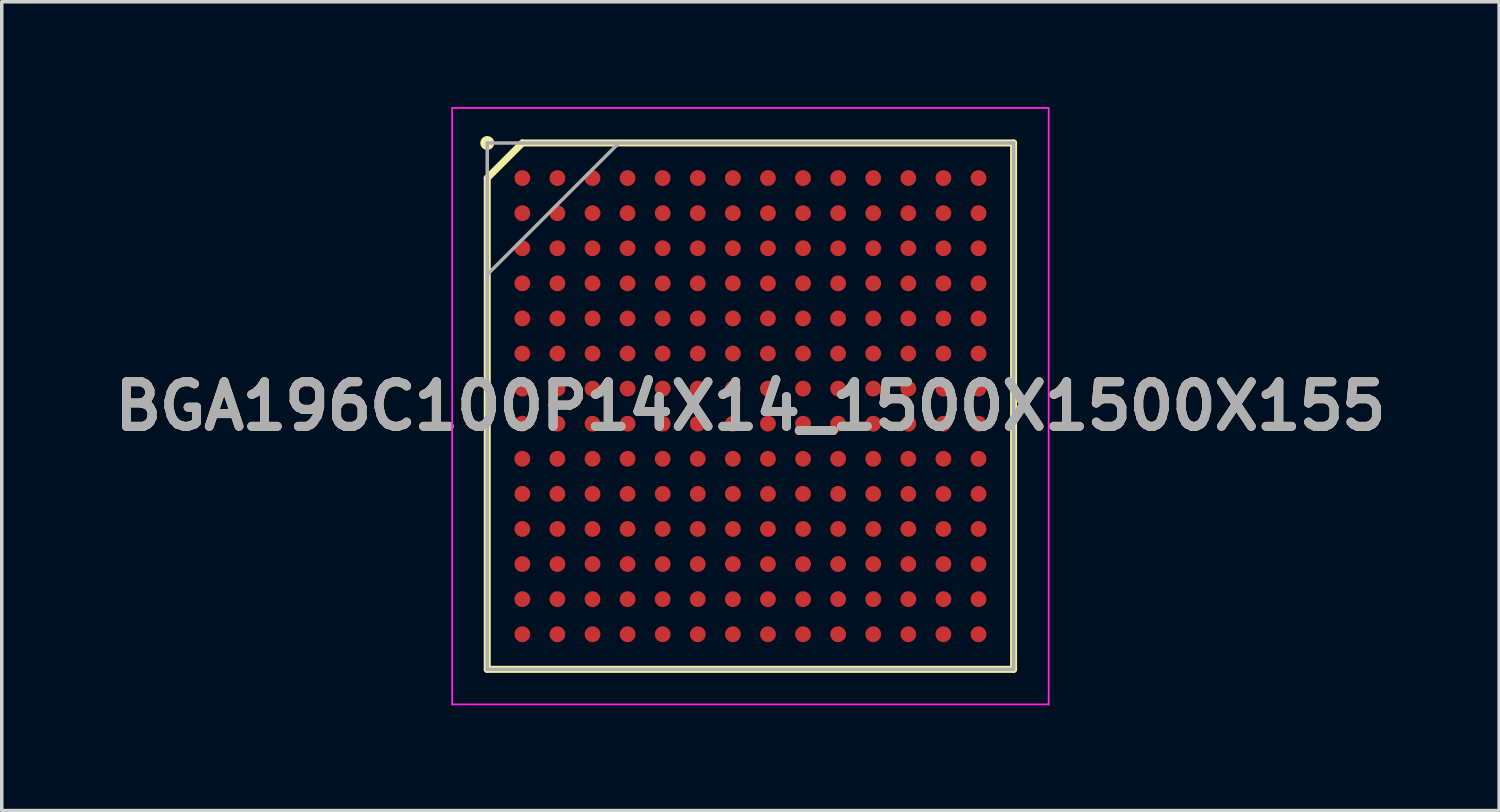
<source format=kicad_pcb>
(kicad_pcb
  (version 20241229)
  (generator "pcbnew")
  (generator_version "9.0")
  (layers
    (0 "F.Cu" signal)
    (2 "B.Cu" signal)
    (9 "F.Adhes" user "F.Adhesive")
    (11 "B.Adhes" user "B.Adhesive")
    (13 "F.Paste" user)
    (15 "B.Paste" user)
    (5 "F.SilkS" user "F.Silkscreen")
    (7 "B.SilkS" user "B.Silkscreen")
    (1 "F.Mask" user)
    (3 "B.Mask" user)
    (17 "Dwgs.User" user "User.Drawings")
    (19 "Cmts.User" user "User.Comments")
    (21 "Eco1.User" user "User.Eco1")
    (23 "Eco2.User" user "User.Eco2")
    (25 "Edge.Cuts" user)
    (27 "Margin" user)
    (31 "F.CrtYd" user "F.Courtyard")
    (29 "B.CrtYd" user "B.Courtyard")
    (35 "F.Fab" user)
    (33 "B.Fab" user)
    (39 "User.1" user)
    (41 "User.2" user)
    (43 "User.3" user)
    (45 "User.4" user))
  (footprint "BGA196C100P14X14_1500X1500X155"
    (layer "F.Cu")
    (at 18.336 8.525)
    (property "Reference" "BGA196C100P14X14_1500X1500X155" (at 0 0 0) (layer "F.SilkS") (effects (font (size 1.27 1.27) (thickness 0.254))))
    (attr smd)
    (fp_line (start -7.5 -6.5) (end -6.5 -7.5) (stroke (width 0.2) (type solid)) (layer "F.SilkS"))
    (fp_line (start -7.5 7.5) (end -7.5 -6.5) (stroke (width 0.2) (type solid)) (layer "F.SilkS"))
    (fp_line (start -6.5 -7.5) (end 7.5 -7.5) (stroke (width 0.2) (type solid)) (layer "F.SilkS"))
    (fp_line (start 7.5 -7.5) (end 7.5 7.5) (stroke (width 0.2) (type solid)) (layer "F.SilkS"))
    (fp_line (start 7.5 7.5) (end -7.5 7.5) (stroke (width 0.2) (type solid)) (layer "F.SilkS"))
    (fp_circle (center -7.5 -7.5) (end -7.5 -7.4) (stroke (width 0.2) (type solid)) (fill no) (layer "F.SilkS"))
    (fp_line (start -8.5 -8.5) (end 8.5 -8.5) (stroke (width 0.05) (type solid)) (layer "F.CrtYd"))
    (fp_line (start -8.5 8.5) (end -8.5 -8.5) (stroke (width 0.05) (type solid)) (layer "F.CrtYd"))
    (fp_line (start 8.5 -8.5) (end 8.5 8.5) (stroke (width 0.05) (type solid)) (layer "F.CrtYd"))
    (fp_line (start 8.5 8.5) (end -8.5 8.5) (stroke (width 0.05) (type solid)) (layer "F.CrtYd"))
    (fp_line (start -7.5 -7.5) (end 7.5 -7.5) (stroke (width 0.1) (type solid)) (layer "F.Fab"))
    (fp_line (start -7.5 -3.75) (end -3.75 -7.5) (stroke (width 0.1) (type solid)) (layer "F.Fab"))
    (fp_line (start -7.5 7.5) (end -7.5 -7.5) (stroke (width 0.1) (type solid)) (layer "F.Fab"))
    (fp_line (start 7.5 -7.5) (end 7.5 7.5) (stroke (width 0.1) (type solid)) (layer "F.Fab"))
    (fp_line (start 7.5 7.5) (end -7.5 7.5) (stroke (width 0.1) (type solid)) (layer "F.Fab"))
    (fp_text user "${REFERENCE}" (at 0 0 0) (layer "F.Fab") (effects (font (size 1.27 1.27) (thickness 0.254))))
    (pad "A1" smd circle (at -6.5 -6.5 90) (size 0.45 0.45) (layers "F.Cu" "F.Mask" "F.Paste"))
    (pad "A2" smd circle (at -5.5 -6.5 90) (size 0.45 0.45) (layers "F.Cu" "F.Mask" "F.Paste"))
    (pad "A3" smd circle (at -4.5 -6.5 90) (size 0.45 0.45) (layers "F.Cu" "F.Mask" "F.Paste"))
    (pad "A4" smd circle (at -3.5 -6.5 90) (size 0.45 0.45) (layers "F.Cu" "F.Mask" "F.Paste"))
    (pad "A5" smd circle (at -2.5 -6.5 90) (size 0.45 0.45) (layers "F.Cu" "F.Mask" "F.Paste"))
    (pad "A6" smd circle (at -1.5 -6.5 90) (size 0.45 0.45) (layers "F.Cu" "F.Mask" "F.Paste"))
    (pad "A7" smd circle (at -0.5 -6.5 90) (size 0.45 0.45) (layers "F.Cu" "F.Mask" "F.Paste"))
    (pad "A8" smd circle (at 0.5 -6.5 90) (size 0.45 0.45) (layers "F.Cu" "F.Mask" "F.Paste"))
    (pad "A9" smd circle (at 1.5 -6.5 90) (size 0.45 0.45) (layers "F.Cu" "F.Mask" "F.Paste"))
    (pad "A10" smd circle (at 2.5 -6.5 90) (size 0.45 0.45) (layers "F.Cu" "F.Mask" "F.Paste"))
    (pad "A11" smd circle (at 3.5 -6.5 90) (size 0.45 0.45) (layers "F.Cu" "F.Mask" "F.Paste"))
    (pad "A12" smd circle (at 4.5 -6.5 90) (size 0.45 0.45) (layers "F.Cu" "F.Mask" "F.Paste"))
    (pad "A13" smd circle (at 5.5 -6.5 90) (size 0.45 0.45) (layers "F.Cu" "F.Mask" "F.Paste"))
    (pad "A14" smd circle (at 6.5 -6.5 90) (size 0.45 0.45) (layers "F.Cu" "F.Mask" "F.Paste"))
    (pad "B1" smd circle (at -6.5 -5.5 90) (size 0.45 0.45) (layers "F.Cu" "F.Mask" "F.Paste"))
    (pad "B2" smd circle (at -5.5 -5.5 90) (size 0.45 0.45) (layers "F.Cu" "F.Mask" "F.Paste"))
    (pad "B3" smd circle (at -4.5 -5.5 90) (size 0.45 0.45) (layers "F.Cu" "F.Mask" "F.Paste"))
    (pad "B4" smd circle (at -3.5 -5.5 90) (size 0.45 0.45) (layers "F.Cu" "F.Mask" "F.Paste"))
    (pad "B5" smd circle (at -2.5 -5.5 90) (size 0.45 0.45) (layers "F.Cu" "F.Mask" "F.Paste"))
    (pad "B6" smd circle (at -1.5 -5.5 90) (size 0.45 0.45) (layers "F.Cu" "F.Mask" "F.Paste"))
    (pad "B7" smd circle (at -0.5 -5.5 90) (size 0.45 0.45) (layers "F.Cu" "F.Mask" "F.Paste"))
    (pad "B8" smd circle (at 0.5 -5.5 90) (size 0.45 0.45) (layers "F.Cu" "F.Mask" "F.Paste"))
    (pad "B9" smd circle (at 1.5 -5.5 90) (size 0.45 0.45) (layers "F.Cu" "F.Mask" "F.Paste"))
    (pad "B10" smd circle (at 2.5 -5.5 90) (size 0.45 0.45) (layers "F.Cu" "F.Mask" "F.Paste"))
    (pad "B11" smd circle (at 3.5 -5.5 90) (size 0.45 0.45) (layers "F.Cu" "F.Mask" "F.Paste"))
    (pad "B12" smd circle (at 4.5 -5.5 90) (size 0.45 0.45) (layers "F.Cu" "F.Mask" "F.Paste"))
    (pad "B13" smd circle (at 5.5 -5.5 90) (size 0.45 0.45) (layers "F.Cu" "F.Mask" "F.Paste"))
    (pad "B14" smd circle (at 6.5 -5.5 90) (size 0.45 0.45) (layers "F.Cu" "F.Mask" "F.Paste"))
    (pad "C1" smd circle (at -6.5 -4.5 90) (size 0.45 0.45) (layers "F.Cu" "F.Mask" "F.Paste"))
    (pad "C2" smd circle (at -5.5 -4.5 90) (size 0.45 0.45) (layers "F.Cu" "F.Mask" "F.Paste"))
    (pad "C3" smd circle (at -4.5 -4.5 90) (size 0.45 0.45) (layers "F.Cu" "F.Mask" "F.Paste"))
    (pad "C4" smd circle (at -3.5 -4.5 90) (size 0.45 0.45) (layers "F.Cu" "F.Mask" "F.Paste"))
    (pad "C5" smd circle (at -2.5 -4.5 90) (size 0.45 0.45) (layers "F.Cu" "F.Mask" "F.Paste"))
    (pad "C6" smd circle (at -1.5 -4.5 90) (size 0.45 0.45) (layers "F.Cu" "F.Mask" "F.Paste"))
    (pad "C7" smd circle (at -0.5 -4.5 90) (size 0.45 0.45) (layers "F.Cu" "F.Mask" "F.Paste"))
    (pad "C8" smd circle (at 0.5 -4.5 90) (size 0.45 0.45) (layers "F.Cu" "F.Mask" "F.Paste"))
    (pad "C9" smd circle (at 1.5 -4.5 90) (size 0.45 0.45) (layers "F.Cu" "F.Mask" "F.Paste"))
    (pad "C10" smd circle (at 2.5 -4.5 90) (size 0.45 0.45) (layers "F.Cu" "F.Mask" "F.Paste"))
    (pad "C11" smd circle (at 3.5 -4.5 90) (size 0.45 0.45) (layers "F.Cu" "F.Mask" "F.Paste"))
    (pad "C12" smd circle (at 4.5 -4.5 90) (size 0.45 0.45) (layers "F.Cu" "F.Mask" "F.Paste"))
    (pad "C13" smd circle (at 5.5 -4.5 90) (size 0.45 0.45) (layers "F.Cu" "F.Mask" "F.Paste"))
    (pad "C14" smd circle (at 6.5 -4.5 90) (size 0.45 0.45) (layers "F.Cu" "F.Mask" "F.Paste"))
    (pad "D1" smd circle (at -6.5 -3.5 90) (size 0.45 0.45) (layers "F.Cu" "F.Mask" "F.Paste"))
    (pad "D2" smd circle (at -5.5 -3.5 90) (size 0.45 0.45) (layers "F.Cu" "F.Mask" "F.Paste"))
    (pad "D3" smd circle (at -4.5 -3.5 90) (size 0.45 0.45) (layers "F.Cu" "F.Mask" "F.Paste"))
    (pad "D4" smd circle (at -3.5 -3.5 90) (size 0.45 0.45) (layers "F.Cu" "F.Mask" "F.Paste"))
    (pad "D5" smd circle (at -2.5 -3.5 90) (size 0.45 0.45) (layers "F.Cu" "F.Mask" "F.Paste"))
    (pad "D6" smd circle (at -1.5 -3.5 90) (size 0.45 0.45) (layers "F.Cu" "F.Mask" "F.Paste"))
    (pad "D7" smd circle (at -0.5 -3.5 90) (size 0.45 0.45) (layers "F.Cu" "F.Mask" "F.Paste"))
    (pad "D8" smd circle (at 0.5 -3.5 90) (size 0.45 0.45) (layers "F.Cu" "F.Mask" "F.Paste"))
    (pad "D9" smd circle (at 1.5 -3.5 90) (size 0.45 0.45) (layers "F.Cu" "F.Mask" "F.Paste"))
    (pad "D10" smd circle (at 2.5 -3.5 90) (size 0.45 0.45) (layers "F.Cu" "F.Mask" "F.Paste"))
    (pad "D11" smd circle (at 3.5 -3.5 90) (size 0.45 0.45) (layers "F.Cu" "F.Mask" "F.Paste"))
    (pad "D12" smd circle (at 4.5 -3.5 90) (size 0.45 0.45) (layers "F.Cu" "F.Mask" "F.Paste"))
    (pad "D13" smd circle (at 5.5 -3.5 90) (size 0.45 0.45) (layers "F.Cu" "F.Mask" "F.Paste"))
    (pad "D14" smd circle (at 6.5 -3.5 90) (size 0.45 0.45) (layers "F.Cu" "F.Mask" "F.Paste"))
    (pad "E1" smd circle (at -6.5 -2.5 90) (size 0.45 0.45) (layers "F.Cu" "F.Mask" "F.Paste"))
    (pad "E2" smd circle (at -5.5 -2.5 90) (size 0.45 0.45) (layers "F.Cu" "F.Mask" "F.Paste"))
    (pad "E3" smd circle (at -4.5 -2.5 90) (size 0.45 0.45) (layers "F.Cu" "F.Mask" "F.Paste"))
    (pad "E4" smd circle (at -3.5 -2.5 90) (size 0.45 0.45) (layers "F.Cu" "F.Mask" "F.Paste"))
    (pad "E5" smd circle (at -2.5 -2.5 90) (size 0.45 0.45) (layers "F.Cu" "F.Mask" "F.Paste"))
    (pad "E6" smd circle (at -1.5 -2.5 90) (size 0.45 0.45) (layers "F.Cu" "F.Mask" "F.Paste"))
    (pad "E7" smd circle (at -0.5 -2.5 90) (size 0.45 0.45) (layers "F.Cu" "F.Mask" "F.Paste"))
    (pad "E8" smd circle (at 0.5 -2.5 90) (size 0.45 0.45) (layers "F.Cu" "F.Mask" "F.Paste"))
    (pad "E9" smd circle (at 1.5 -2.5 90) (size 0.45 0.45) (layers "F.Cu" "F.Mask" "F.Paste"))
    (pad "E10" smd circle (at 2.5 -2.5 90) (size 0.45 0.45) (layers "F.Cu" "F.Mask" "F.Paste"))
    (pad "E11" smd circle (at 3.5 -2.5 90) (size 0.45 0.45) (layers "F.Cu" "F.Mask" "F.Paste"))
    (pad "E12" smd circle (at 4.5 -2.5 90) (size 0.45 0.45) (layers "F.Cu" "F.Mask" "F.Paste"))
    (pad "E13" smd circle (at 5.5 -2.5 90) (size 0.45 0.45) (layers "F.Cu" "F.Mask" "F.Paste"))
    (pad "E14" smd circle (at 6.5 -2.5 90) (size 0.45 0.45) (layers "F.Cu" "F.Mask" "F.Paste"))
    (pad "F1" smd circle (at -6.5 -1.5 90) (size 0.45 0.45) (layers "F.Cu" "F.Mask" "F.Paste"))
    (pad "F2" smd circle (at -5.5 -1.5 90) (size 0.45 0.45) (layers "F.Cu" "F.Mask" "F.Paste"))
    (pad "F3" smd circle (at -4.5 -1.5 90) (size 0.45 0.45) (layers "F.Cu" "F.Mask" "F.Paste"))
    (pad "F4" smd circle (at -3.5 -1.5 90) (size 0.45 0.45) (layers "F.Cu" "F.Mask" "F.Paste"))
    (pad "F5" smd circle (at -2.5 -1.5 90) (size 0.45 0.45) (layers "F.Cu" "F.Mask" "F.Paste"))
    (pad "F6" smd circle (at -1.5 -1.5 90) (size 0.45 0.45) (layers "F.Cu" "F.Mask" "F.Paste"))
    (pad "F7" smd circle (at -0.5 -1.5 90) (size 0.45 0.45) (layers "F.Cu" "F.Mask" "F.Paste"))
    (pad "F8" smd circle (at 0.5 -1.5 90) (size 0.45 0.45) (layers "F.Cu" "F.Mask" "F.Paste"))
    (pad "F9" smd circle (at 1.5 -1.5 90) (size 0.45 0.45) (layers "F.Cu" "F.Mask" "F.Paste"))
    (pad "F10" smd circle (at 2.5 -1.5 90) (size 0.45 0.45) (layers "F.Cu" "F.Mask" "F.Paste"))
    (pad "F11" smd circle (at 3.5 -1.5 90) (size 0.45 0.45) (layers "F.Cu" "F.Mask" "F.Paste"))
    (pad "F12" smd circle (at 4.5 -1.5 90) (size 0.45 0.45) (layers "F.Cu" "F.Mask" "F.Paste"))
    (pad "F13" smd circle (at 5.5 -1.5 90) (size 0.45 0.45) (layers "F.Cu" "F.Mask" "F.Paste"))
    (pad "F14" smd circle (at 6.5 -1.5 90) (size 0.45 0.45) (layers "F.Cu" "F.Mask" "F.Paste"))
    (pad "G1" smd circle (at -6.5 -0.5 90) (size 0.45 0.45) (layers "F.Cu" "F.Mask" "F.Paste"))
    (pad "G2" smd circle (at -5.5 -0.5 90) (size 0.45 0.45) (layers "F.Cu" "F.Mask" "F.Paste"))
    (pad "G3" smd circle (at -4.5 -0.5 90) (size 0.45 0.45) (layers "F.Cu" "F.Mask" "F.Paste"))
    (pad "G4" smd circle (at -3.5 -0.5 90) (size 0.45 0.45) (layers "F.Cu" "F.Mask" "F.Paste"))
    (pad "G5" smd circle (at -2.5 -0.5 90) (size 0.45 0.45) (layers "F.Cu" "F.Mask" "F.Paste"))
    (pad "G6" smd circle (at -1.5 -0.5 90) (size 0.45 0.45) (layers "F.Cu" "F.Mask" "F.Paste"))
    (pad "G7" smd circle (at -0.5 -0.5 90) (size 0.45 0.45) (layers "F.Cu" "F.Mask" "F.Paste"))
    (pad "G8" smd circle (at 0.5 -0.5 90) (size 0.45 0.45) (layers "F.Cu" "F.Mask" "F.Paste"))
    (pad "G9" smd circle (at 1.5 -0.5 90) (size 0.45 0.45) (layers "F.Cu" "F.Mask" "F.Paste"))
    (pad "G10" smd circle (at 2.5 -0.5 90) (size 0.45 0.45) (layers "F.Cu" "F.Mask" "F.Paste"))
    (pad "G11" smd circle (at 3.5 -0.5 90) (size 0.45 0.45) (layers "F.Cu" "F.Mask" "F.Paste"))
    (pad "G12" smd circle (at 4.5 -0.5 90) (size 0.45 0.45) (layers "F.Cu" "F.Mask" "F.Paste"))
    (pad "G13" smd circle (at 5.5 -0.5 90) (size 0.45 0.45) (layers "F.Cu" "F.Mask" "F.Paste"))
    (pad "G14" smd circle (at 6.5 -0.5 90) (size 0.45 0.45) (layers "F.Cu" "F.Mask" "F.Paste"))
    (pad "H1" smd circle (at -6.5 0.5 90) (size 0.45 0.45) (layers "F.Cu" "F.Mask" "F.Paste"))
    (pad "H2" smd circle (at -5.5 0.5 90) (size 0.45 0.45) (layers "F.Cu" "F.Mask" "F.Paste"))
    (pad "H3" smd circle (at -4.5 0.5 90) (size 0.45 0.45) (layers "F.Cu" "F.Mask" "F.Paste"))
    (pad "H4" smd circle (at -3.5 0.5 90) (size 0.45 0.45) (layers "F.Cu" "F.Mask" "F.Paste"))
    (pad "H5" smd circle (at -2.5 0.5 90) (size 0.45 0.45) (layers "F.Cu" "F.Mask" "F.Paste"))
    (pad "H6" smd circle (at -1.5 0.5 90) (size 0.45 0.45) (layers "F.Cu" "F.Mask" "F.Paste"))
    (pad "H7" smd circle (at -0.5 0.5 90) (size 0.45 0.45) (layers "F.Cu" "F.Mask" "F.Paste"))
    (pad "H8" smd circle (at 0.5 0.5 90) (size 0.45 0.45) (layers "F.Cu" "F.Mask" "F.Paste"))
    (pad "H9" smd circle (at 1.5 0.5 90) (size 0.45 0.45) (layers "F.Cu" "F.Mask" "F.Paste"))
    (pad "H10" smd circle (at 2.5 0.5 90) (size 0.45 0.45) (layers "F.Cu" "F.Mask" "F.Paste"))
    (pad "H11" smd circle (at 3.5 0.5 90) (size 0.45 0.45) (layers "F.Cu" "F.Mask" "F.Paste"))
    (pad "H12" smd circle (at 4.5 0.5 90) (size 0.45 0.45) (layers "F.Cu" "F.Mask" "F.Paste"))
    (pad "H13" smd circle (at 5.5 0.5 90) (size 0.45 0.45) (layers "F.Cu" "F.Mask" "F.Paste"))
    (pad "H14" smd circle (at 6.5 0.5 90) (size 0.45 0.45) (layers "F.Cu" "F.Mask" "F.Paste"))
    (pad "J1" smd circle (at -6.5 1.5 90) (size 0.45 0.45) (layers "F.Cu" "F.Mask" "F.Paste"))
    (pad "J2" smd circle (at -5.5 1.5 90) (size 0.45 0.45) (layers "F.Cu" "F.Mask" "F.Paste"))
    (pad "J3" smd circle (at -4.5 1.5 90) (size 0.45 0.45) (layers "F.Cu" "F.Mask" "F.Paste"))
    (pad "J4" smd circle (at -3.5 1.5 90) (size 0.45 0.45) (layers "F.Cu" "F.Mask" "F.Paste"))
    (pad "J5" smd circle (at -2.5 1.5 90) (size 0.45 0.45) (layers "F.Cu" "F.Mask" "F.Paste"))
    (pad "J6" smd circle (at -1.5 1.5 90) (size 0.45 0.45) (layers "F.Cu" "F.Mask" "F.Paste"))
    (pad "J7" smd circle (at -0.5 1.5 90) (size 0.45 0.45) (layers "F.Cu" "F.Mask" "F.Paste"))
    (pad "J8" smd circle (at 0.5 1.5 90) (size 0.45 0.45) (layers "F.Cu" "F.Mask" "F.Paste"))
    (pad "J9" smd circle (at 1.5 1.5 90) (size 0.45 0.45) (layers "F.Cu" "F.Mask" "F.Paste"))
    (pad "J10" smd circle (at 2.5 1.5 90) (size 0.45 0.45) (layers "F.Cu" "F.Mask" "F.Paste"))
    (pad "J11" smd circle (at 3.5 1.5 90) (size 0.45 0.45) (layers "F.Cu" "F.Mask" "F.Paste"))
    (pad "J12" smd circle (at 4.5 1.5 90) (size 0.45 0.45) (layers "F.Cu" "F.Mask" "F.Paste"))
    (pad "J13" smd circle (at 5.5 1.5 90) (size 0.45 0.45) (layers "F.Cu" "F.Mask" "F.Paste"))
    (pad "J14" smd circle (at 6.5 1.5 90) (size 0.45 0.45) (layers "F.Cu" "F.Mask" "F.Paste"))
    (pad "K1" smd circle (at -6.5 2.5 90) (size 0.45 0.45) (layers "F.Cu" "F.Mask" "F.Paste"))
    (pad "K2" smd circle (at -5.5 2.5 90) (size 0.45 0.45) (layers "F.Cu" "F.Mask" "F.Paste"))
    (pad "K3" smd circle (at -4.5 2.5 90) (size 0.45 0.45) (layers "F.Cu" "F.Mask" "F.Paste"))
    (pad "K4" smd circle (at -3.5 2.5 90) (size 0.45 0.45) (layers "F.Cu" "F.Mask" "F.Paste"))
    (pad "K5" smd circle (at -2.5 2.5 90) (size 0.45 0.45) (layers "F.Cu" "F.Mask" "F.Paste"))
    (pad "K6" smd circle (at -1.5 2.5 90) (size 0.45 0.45) (layers "F.Cu" "F.Mask" "F.Paste"))
    (pad "K7" smd circle (at -0.5 2.5 90) (size 0.45 0.45) (layers "F.Cu" "F.Mask" "F.Paste"))
    (pad "K8" smd circle (at 0.5 2.5 90) (size 0.45 0.45) (layers "F.Cu" "F.Mask" "F.Paste"))
    (pad "K9" smd circle (at 1.5 2.5 90) (size 0.45 0.45) (layers "F.Cu" "F.Mask" "F.Paste"))
    (pad "K10" smd circle (at 2.5 2.5 90) (size 0.45 0.45) (layers "F.Cu" "F.Mask" "F.Paste"))
    (pad "K11" smd circle (at 3.5 2.5 90) (size 0.45 0.45) (layers "F.Cu" "F.Mask" "F.Paste"))
    (pad "K12" smd circle (at 4.5 2.5 90) (size 0.45 0.45) (layers "F.Cu" "F.Mask" "F.Paste"))
    (pad "K13" smd circle (at 5.5 2.5 90) (size 0.45 0.45) (layers "F.Cu" "F.Mask" "F.Paste"))
    (pad "K14" smd circle (at 6.5 2.5 90) (size 0.45 0.45) (layers "F.Cu" "F.Mask" "F.Paste"))
    (pad "L1" smd circle (at -6.5 3.5 90) (size 0.45 0.45) (layers "F.Cu" "F.Mask" "F.Paste"))
    (pad "L2" smd circle (at -5.5 3.5 90) (size 0.45 0.45) (layers "F.Cu" "F.Mask" "F.Paste"))
    (pad "L3" smd circle (at -4.5 3.5 90) (size 0.45 0.45) (layers "F.Cu" "F.Mask" "F.Paste"))
    (pad "L4" smd circle (at -3.5 3.5 90) (size 0.45 0.45) (layers "F.Cu" "F.Mask" "F.Paste"))
    (pad "L5" smd circle (at -2.5 3.5 90) (size 0.45 0.45) (layers "F.Cu" "F.Mask" "F.Paste"))
    (pad "L6" smd circle (at -1.5 3.5 90) (size 0.45 0.45) (layers "F.Cu" "F.Mask" "F.Paste"))
    (pad "L7" smd circle (at -0.5 3.5 90) (size 0.45 0.45) (layers "F.Cu" "F.Mask" "F.Paste"))
    (pad "L8" smd circle (at 0.5 3.5 90) (size 0.45 0.45) (layers "F.Cu" "F.Mask" "F.Paste"))
    (pad "L9" smd circle (at 1.5 3.5 90) (size 0.45 0.45) (layers "F.Cu" "F.Mask" "F.Paste"))
    (pad "L10" smd circle (at 2.5 3.5 90) (size 0.45 0.45) (layers "F.Cu" "F.Mask" "F.Paste"))
    (pad "L11" smd circle (at 3.5 3.5 90) (size 0.45 0.45) (layers "F.Cu" "F.Mask" "F.Paste"))
    (pad "L12" smd circle (at 4.5 3.5 90) (size 0.45 0.45) (layers "F.Cu" "F.Mask" "F.Paste"))
    (pad "L13" smd circle (at 5.5 3.5 90) (size 0.45 0.45) (layers "F.Cu" "F.Mask" "F.Paste"))
    (pad "L14" smd circle (at 6.5 3.5 90) (size 0.45 0.45) (layers "F.Cu" "F.Mask" "F.Paste"))
    (pad "M1" smd circle (at -6.5 4.5 90) (size 0.45 0.45) (layers "F.Cu" "F.Mask" "F.Paste"))
    (pad "M2" smd circle (at -5.5 4.5 90) (size 0.45 0.45) (layers "F.Cu" "F.Mask" "F.Paste"))
    (pad "M3" smd circle (at -4.5 4.5 90) (size 0.45 0.45) (layers "F.Cu" "F.Mask" "F.Paste"))
    (pad "M4" smd circle (at -3.5 4.5 90) (size 0.45 0.45) (layers "F.Cu" "F.Mask" "F.Paste"))
    (pad "M5" smd circle (at -2.5 4.5 90) (size 0.45 0.45) (layers "F.Cu" "F.Mask" "F.Paste"))
    (pad "M6" smd circle (at -1.5 4.5 90) (size 0.45 0.45) (layers "F.Cu" "F.Mask" "F.Paste"))
    (pad "M7" smd circle (at -0.5 4.5 90) (size 0.45 0.45) (layers "F.Cu" "F.Mask" "F.Paste"))
    (pad "M8" smd circle (at 0.5 4.5 90) (size 0.45 0.45) (layers "F.Cu" "F.Mask" "F.Paste"))
    (pad "M9" smd circle (at 1.5 4.5 90) (size 0.45 0.45) (layers "F.Cu" "F.Mask" "F.Paste"))
    (pad "M10" smd circle (at 2.5 4.5 90) (size 0.45 0.45) (layers "F.Cu" "F.Mask" "F.Paste"))
    (pad "M11" smd circle (at 3.5 4.5 90) (size 0.45 0.45) (layers "F.Cu" "F.Mask" "F.Paste"))
    (pad "M12" smd circle (at 4.5 4.5 90) (size 0.45 0.45) (layers "F.Cu" "F.Mask" "F.Paste"))
    (pad "M13" smd circle (at 5.5 4.5 90) (size 0.45 0.45) (layers "F.Cu" "F.Mask" "F.Paste"))
    (pad "M14" smd circle (at 6.5 4.5 90) (size 0.45 0.45) (layers "F.Cu" "F.Mask" "F.Paste"))
    (pad "N1" smd circle (at -6.5 5.5 90) (size 0.45 0.45) (layers "F.Cu" "F.Mask" "F.Paste"))
    (pad "N2" smd circle (at -5.5 5.5 90) (size 0.45 0.45) (layers "F.Cu" "F.Mask" "F.Paste"))
    (pad "N3" smd circle (at -4.5 5.5 90) (size 0.45 0.45) (layers "F.Cu" "F.Mask" "F.Paste"))
    (pad "N4" smd circle (at -3.5 5.5 90) (size 0.45 0.45) (layers "F.Cu" "F.Mask" "F.Paste"))
    (pad "N5" smd circle (at -2.5 5.5 90) (size 0.45 0.45) (layers "F.Cu" "F.Mask" "F.Paste"))
    (pad "N6" smd circle (at -1.5 5.5 90) (size 0.45 0.45) (layers "F.Cu" "F.Mask" "F.Paste"))
    (pad "N7" smd circle (at -0.5 5.5 90) (size 0.45 0.45) (layers "F.Cu" "F.Mask" "F.Paste"))
    (pad "N8" smd circle (at 0.5 5.5 90) (size 0.45 0.45) (layers "F.Cu" "F.Mask" "F.Paste"))
    (pad "N9" smd circle (at 1.5 5.5 90) (size 0.45 0.45) (layers "F.Cu" "F.Mask" "F.Paste"))
    (pad "N10" smd circle (at 2.5 5.5 90) (size 0.45 0.45) (layers "F.Cu" "F.Mask" "F.Paste"))
    (pad "N11" smd circle (at 3.5 5.5 90) (size 0.45 0.45) (layers "F.Cu" "F.Mask" "F.Paste"))
    (pad "N12" smd circle (at 4.5 5.5 90) (size 0.45 0.45) (layers "F.Cu" "F.Mask" "F.Paste"))
    (pad "N13" smd circle (at 5.5 5.5 90) (size 0.45 0.45) (layers "F.Cu" "F.Mask" "F.Paste"))
    (pad "N14" smd circle (at 6.5 5.5 90) (size 0.45 0.45) (layers "F.Cu" "F.Mask" "F.Paste"))
    (pad "P1" smd circle (at -6.5 6.5 90) (size 0.45 0.45) (layers "F.Cu" "F.Mask" "F.Paste"))
    (pad "P2" smd circle (at -5.5 6.5 90) (size 0.45 0.45) (layers "F.Cu" "F.Mask" "F.Paste"))
    (pad "P3" smd circle (at -4.5 6.5 90) (size 0.45 0.45) (layers "F.Cu" "F.Mask" "F.Paste"))
    (pad "P4" smd circle (at -3.5 6.5 90) (size 0.45 0.45) (layers "F.Cu" "F.Mask" "F.Paste"))
    (pad "P5" smd circle (at -2.5 6.5 90) (size 0.45 0.45) (layers "F.Cu" "F.Mask" "F.Paste"))
    (pad "P6" smd circle (at -1.5 6.5 90) (size 0.45 0.45) (layers "F.Cu" "F.Mask" "F.Paste"))
    (pad "P7" smd circle (at -0.5 6.5 90) (size 0.45 0.45) (layers "F.Cu" "F.Mask" "F.Paste"))
    (pad "P8" smd circle (at 0.5 6.5 90) (size 0.45 0.45) (layers "F.Cu" "F.Mask" "F.Paste"))
    (pad "P9" smd circle (at 1.5 6.5 90) (size 0.45 0.45) (layers "F.Cu" "F.Mask" "F.Paste"))
    (pad "P10" smd circle (at 2.5 6.5 90) (size 0.45 0.45) (layers "F.Cu" "F.Mask" "F.Paste"))
    (pad "P11" smd circle (at 3.5 6.5 90) (size 0.45 0.45) (layers "F.Cu" "F.Mask" "F.Paste"))
    (pad "P12" smd circle (at 4.5 6.5 90) (size 0.45 0.45) (layers "F.Cu" "F.Mask" "F.Paste"))
    (pad "P13" smd circle (at 5.5 6.5 90) (size 0.45 0.45) (layers "F.Cu" "F.Mask" "F.Paste"))
    (pad "P14" smd circle (at 6.5 6.5 90) (size 0.45 0.45) (layers "F.Cu" "F.Mask" "F.Paste")))
  (gr_rect
    (start -3 -3)
    (end 39.673 20.05)
    (stroke (width 0.1) (type default))
    (fill no)
    (layer "Edge.Cuts")))
</source>
